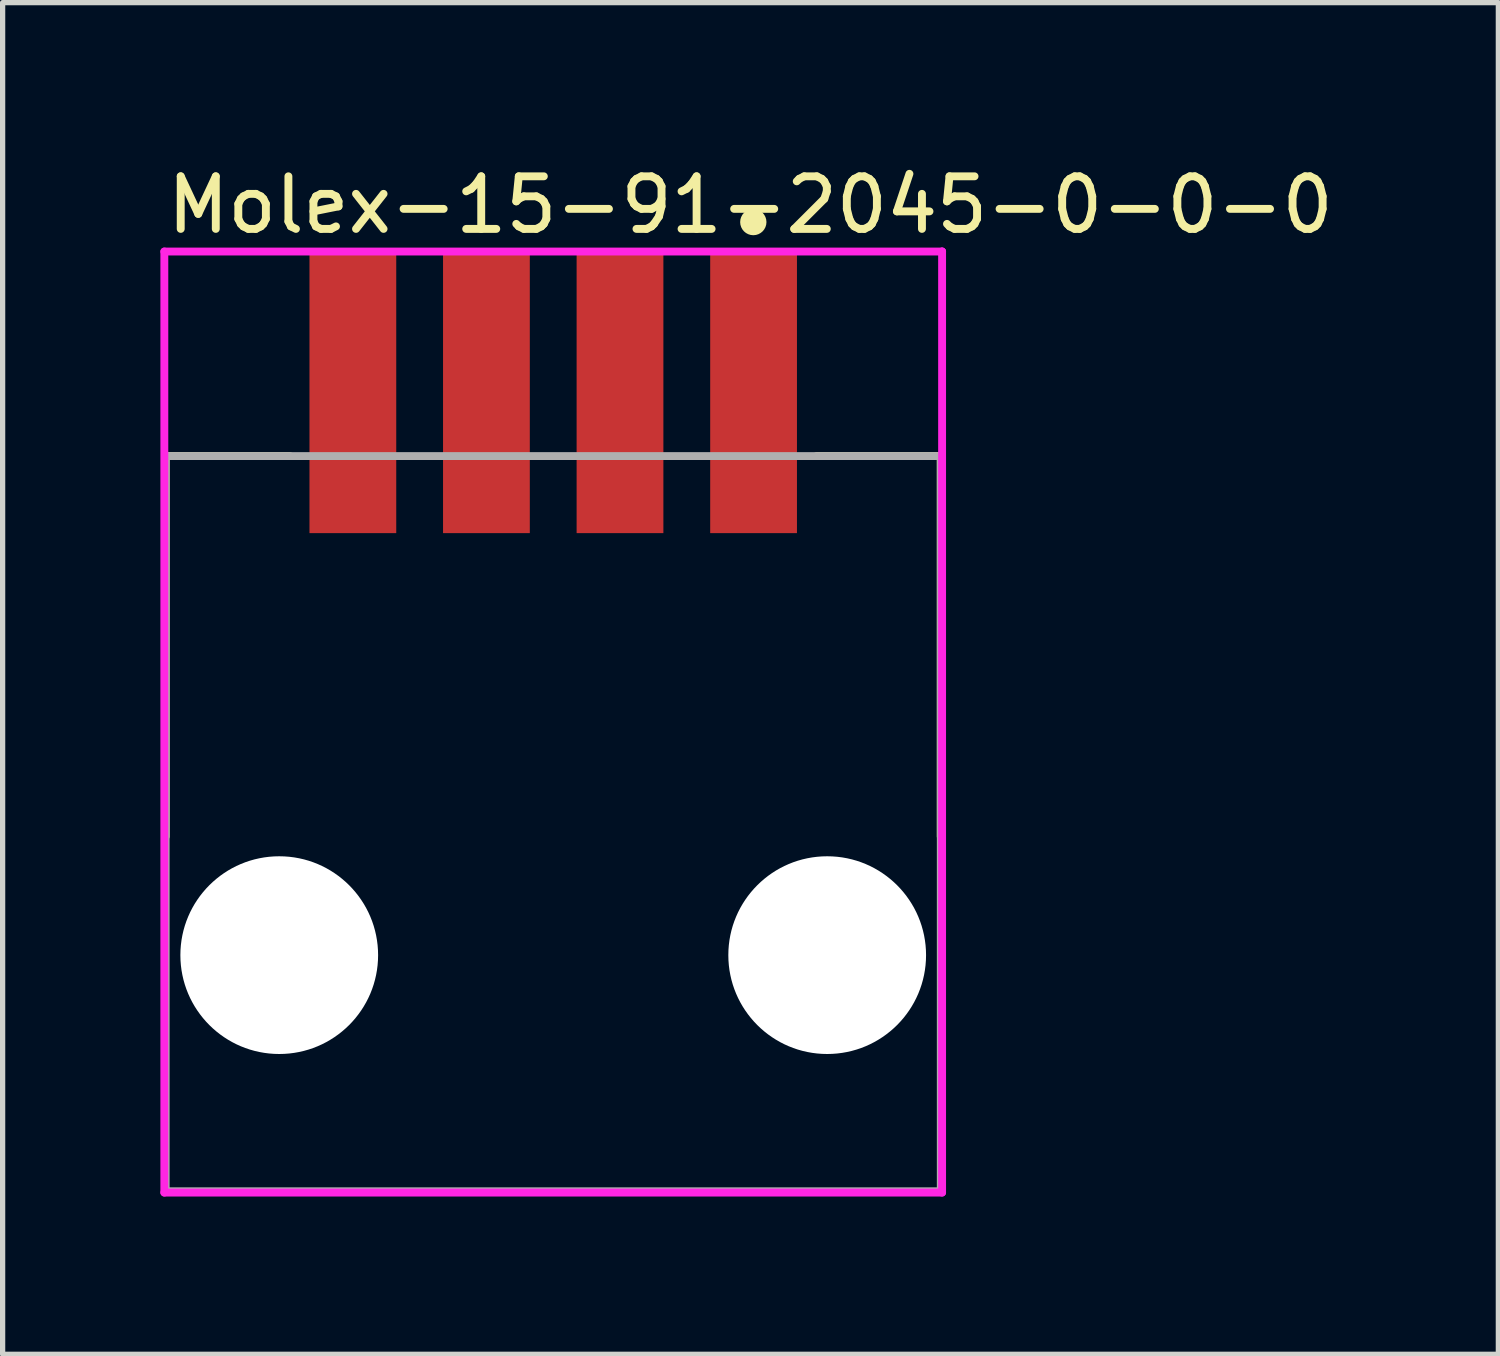
<source format=kicad_pcb>
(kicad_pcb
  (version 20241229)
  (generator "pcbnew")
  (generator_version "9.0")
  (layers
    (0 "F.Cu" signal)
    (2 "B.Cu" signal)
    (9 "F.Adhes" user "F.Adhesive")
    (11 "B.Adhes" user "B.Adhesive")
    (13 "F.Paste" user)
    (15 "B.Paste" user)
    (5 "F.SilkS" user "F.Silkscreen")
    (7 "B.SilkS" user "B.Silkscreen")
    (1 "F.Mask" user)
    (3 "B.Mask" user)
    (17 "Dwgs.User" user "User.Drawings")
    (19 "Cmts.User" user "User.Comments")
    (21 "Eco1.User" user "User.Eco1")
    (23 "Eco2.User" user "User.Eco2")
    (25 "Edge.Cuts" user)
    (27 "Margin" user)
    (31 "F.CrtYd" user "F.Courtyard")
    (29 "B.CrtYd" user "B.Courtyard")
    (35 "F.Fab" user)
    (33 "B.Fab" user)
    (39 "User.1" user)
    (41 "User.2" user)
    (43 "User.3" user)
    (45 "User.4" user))
  (footprint "Molex-15-91-2045-0-0-0"
    (layer "F.Cu")
    (at 7.47 12.613)
    (property "Reference" "Molex-15-91-2045-0-0-0" (at -7.42 -11.765 0) (layer "F.SilkS") (effects (font (size 1 1) (thickness 0.15)) (justify left)))
    (attr smd)
    (fp_line (start -7.37 -6.99) (end -5.01 -6.99) (stroke (width 0.15) (type solid)) (layer "F.SilkS"))
    (fp_line (start -7.37 0.245) (end -7.37 -6.99) (stroke (width 0.15) (type solid)) (layer "F.SilkS"))
    (fp_line (start 5.01 -6.99) (end 7.37 -6.99) (stroke (width 0.15) (type solid)) (layer "F.SilkS"))
    (fp_line (start 7.37 0.245) (end 7.37 -6.99) (stroke (width 0.15) (type solid)) (layer "F.SilkS"))
    (fp_circle (center 3.805 -11.44) (end 3.93 -11.44) (stroke (width 0.25) (type solid)) (fill no) (layer "F.SilkS"))
    (fp_line (start -7.395 -10.88) (end -7.395 7.015) (stroke (width 0.15) (type solid)) (layer "F.CrtYd"))
    (fp_line (start -7.395 7.015) (end 7.395 7.015) (stroke (width 0.15) (type solid)) (layer "F.CrtYd"))
    (fp_line (start 7.395 -10.88) (end -7.395 -10.88) (stroke (width 0.15) (type solid)) (layer "F.CrtYd"))
    (fp_line (start 7.395 -10.88) (end 7.395 -10.88) (stroke (width 0.15) (type solid)) (layer "F.CrtYd"))
    (fp_line (start 7.395 7.015) (end 7.395 -10.88) (stroke (width 0.15) (type solid)) (layer "F.CrtYd"))
    (fp_line (start -7.37 -6.99) (end 7.37 -6.99) (stroke (width 0.15) (type solid)) (layer "F.Fab"))
    (fp_line (start -7.37 6.99) (end -7.37 -6.99) (stroke (width 0.15) (type solid)) (layer "F.Fab"))
    (fp_line (start 7.37 -6.99) (end 7.37 6.99) (stroke (width 0.15) (type solid)) (layer "F.Fab"))
    (fp_line (start 7.37 6.99) (end -7.37 6.99) (stroke (width 0.15) (type solid)) (layer "F.Fab"))
    (pad "" np_thru_hole circle (at -5.21 2.5) (size 3.76 3.76) (drill 3.76) (layers "*.Cu" "*.Mask"))
    (pad "" np_thru_hole circle (at 5.21 2.5) (size 3.76 3.76) (drill 3.76) (layers "*.Cu" "*.Mask"))
    (pad "1" smd rect (at 3.81 -8.19) (size 1.65 5.33) (layers "F.Cu" "F.Mask" "F.Paste"))
    (pad "2" smd rect (at 1.27 -8.19) (size 1.65 5.33) (layers "F.Cu" "F.Mask" "F.Paste"))
    (pad "3" smd rect (at -1.27 -8.19) (size 1.65 5.33) (layers "F.Cu" "F.Mask" "F.Paste"))
    (pad "4" smd rect (at -3.81 -8.19) (size 1.65 5.33) (layers "F.Cu" "F.Mask" "F.Paste")))
  (gr_rect
    (start -3 -3)
    (end 25.443 22.703)
    (stroke (width 0.1) (type default))
    (fill no)
    (layer "Edge.Cuts")))
</source>
